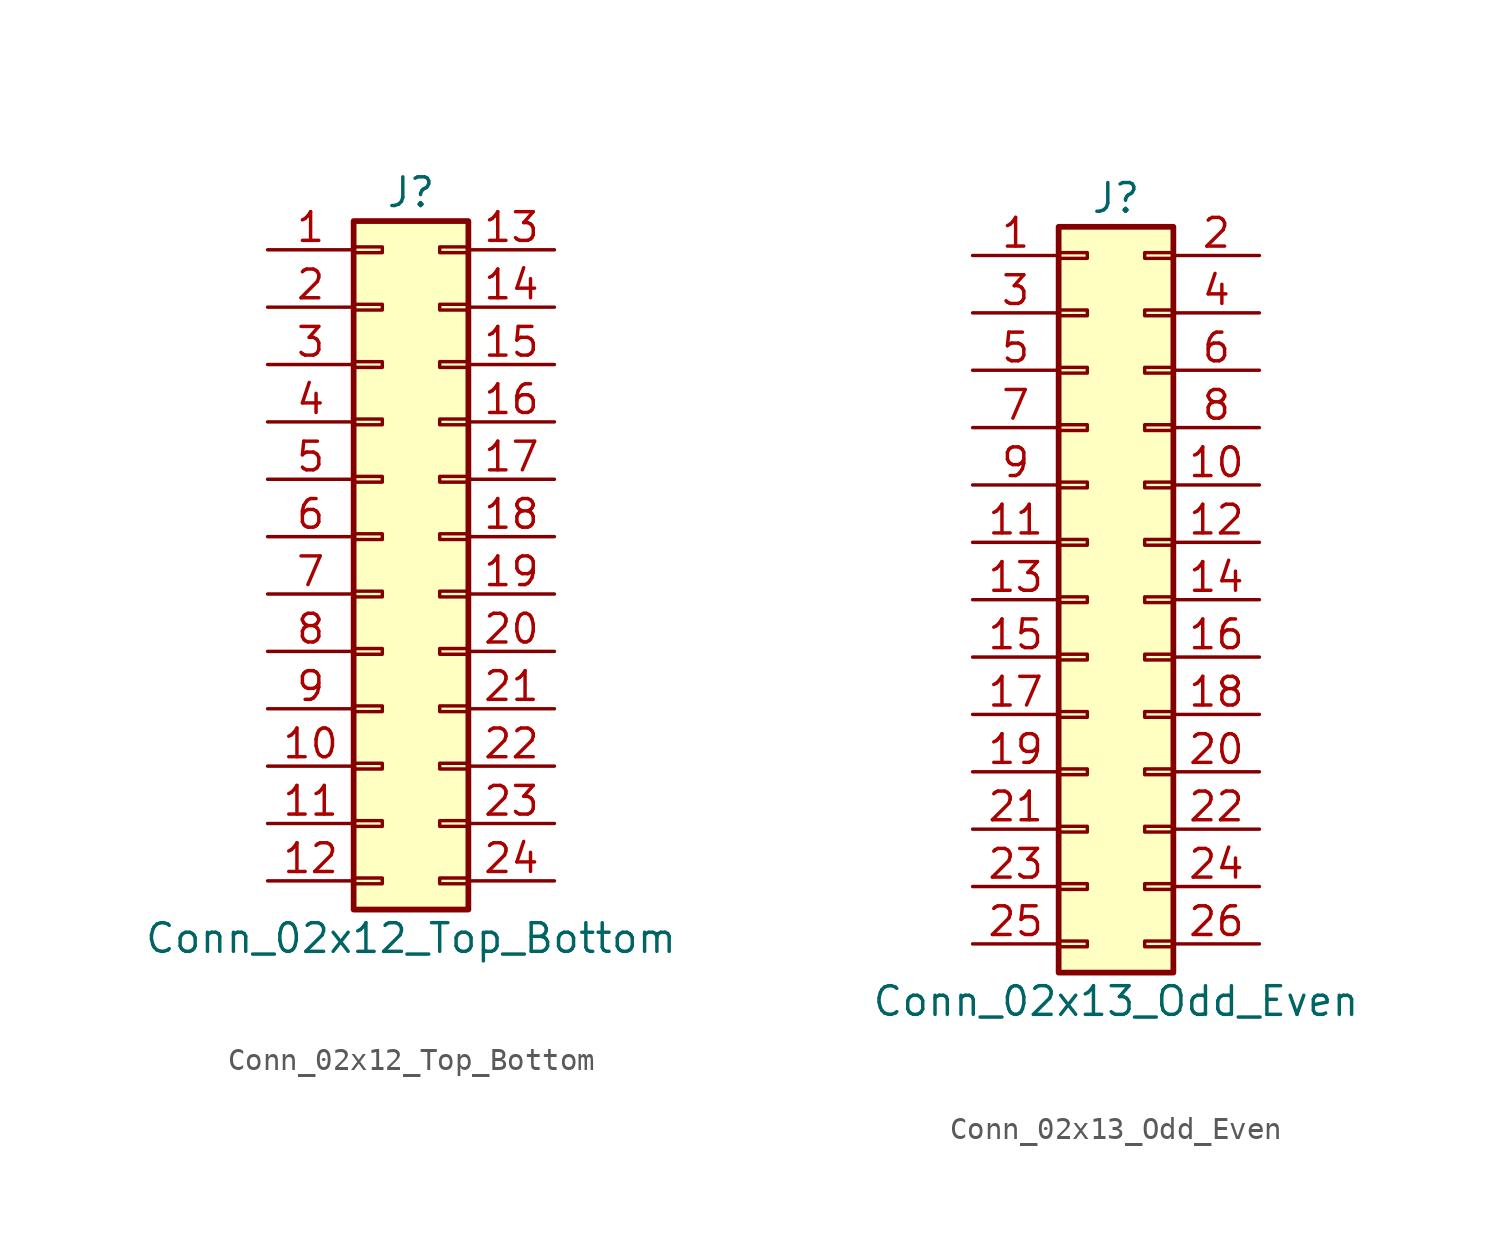
<source format=kicad_sym>
(kicad_symbol_lib
  (version 20201005)
  (generator kicad_symbol_editor)
  (symbol "Conn_02x12_Top_Bottom"
    (pin_names
      (offset 1.016) hide)
    (property "Reference" "J"
      (at 1.27 15.24 0)
      (effects (font (size 1.27 1.27))))
    (property "Value" "Conn_02x12_Top_Bottom"
      (at 1.27 -17.78 0)
      (effects (font (size 1.27 1.27))))
    (symbol "Conn_02x12_Top_Bottom_1_1"
      (rectangle (start -1.27 -15.113) (end 0 -15.367) (stroke (width 0.152)) (fill (type none)))
      (rectangle (start -1.27 -12.573) (end 0 -12.827) (stroke (width 0.152)) (fill (type none)))
      (rectangle (start -1.27 -10.033) (end 0 -10.287) (stroke (width 0.152)) (fill (type none)))
      (rectangle (start -1.27 -7.493) (end 0 -7.747) (stroke (width 0.152)) (fill (type none)))
      (rectangle (start -1.27 -4.953) (end 0 -5.207) (stroke (width 0.152)) (fill (type none)))
      (rectangle (start -1.27 -2.413) (end 0 -2.667) (stroke (width 0.152)) (fill (type none)))
      (rectangle (start -1.27 0.127) (end 0 -0.127) (stroke (width 0.152)) (fill (type none)))
      (rectangle (start -1.27 2.667) (end 0 2.413) (stroke (width 0.152)) (fill (type none)))
      (rectangle (start -1.27 5.207) (end 0 4.953) (stroke (width 0.152)) (fill (type none)))
      (rectangle (start -1.27 7.747) (end 0 7.493) (stroke (width 0.152)) (fill (type none)))
      (rectangle (start -1.27 10.287) (end 0 10.033) (stroke (width 0.152)) (fill (type none)))
      (rectangle (start -1.27 12.827) (end 0 12.573) (stroke (width 0.152)) (fill (type none)))
      (rectangle (start 3.81 -15.113) (end 2.54 -15.367) (stroke (width 0.152)) (fill (type none)))
      (rectangle (start 3.81 -12.573) (end 2.54 -12.827) (stroke (width 0.152)) (fill (type none)))
      (rectangle (start 3.81 -10.033) (end 2.54 -10.287) (stroke (width 0.152)) (fill (type none)))
      (rectangle (start 3.81 -7.493) (end 2.54 -7.747) (stroke (width 0.152)) (fill (type none)))
      (rectangle (start 3.81 -4.953) (end 2.54 -5.207) (stroke (width 0.152)) (fill (type none)))
      (rectangle (start 3.81 -2.413) (end 2.54 -2.667) (stroke (width 0.152)) (fill (type none)))
      (rectangle (start 3.81 0.127) (end 2.54 -0.127) (stroke (width 0.152)) (fill (type none)))
      (rectangle (start 3.81 2.667) (end 2.54 2.413) (stroke (width 0.152)) (fill (type none)))
      (rectangle (start 3.81 5.207) (end 2.54 4.953) (stroke (width 0.152)) (fill (type none)))
      (rectangle (start 3.81 7.747) (end 2.54 7.493) (stroke (width 0.152)) (fill (type none)))
      (rectangle (start 3.81 10.287) (end 2.54 10.033) (stroke (width 0.152)) (fill (type none)))
      (rectangle (start 3.81 12.827) (end 2.54 12.573) (stroke (width 0.152)) (fill (type none)))
      (rectangle (start -1.27 13.97) (end 3.81 -16.51) (stroke (width 0.254)) (fill (type background)))
      (pin passive line (at -5.08 12.7 0) (length 3.81) (name "Pin_1" (effects (font (size 1.27 1.27)))) (number "1" (effects (font (size 1.27 1.27)))))
      (pin passive line (at -5.08 -10.16 0) (length 3.81) (name "Pin_10" (effects (font (size 1.27 1.27)))) (number "10" (effects (font (size 1.27 1.27)))))
      (pin passive line (at -5.08 -12.7 0) (length 3.81) (name "Pin_11" (effects (font (size 1.27 1.27)))) (number "11" (effects (font (size 1.27 1.27)))))
      (pin passive line (at -5.08 -15.24 0) (length 3.81) (name "Pin_12" (effects (font (size 1.27 1.27)))) (number "12" (effects (font (size 1.27 1.27)))))
      (pin passive line (at 7.62 12.7 180) (length 3.81) (name "Pin_13" (effects (font (size 1.27 1.27)))) (number "13" (effects (font (size 1.27 1.27)))))
      (pin passive line (at 7.62 10.16 180) (length 3.81) (name "Pin_14" (effects (font (size 1.27 1.27)))) (number "14" (effects (font (size 1.27 1.27)))))
      (pin passive line (at 7.62 7.62 180) (length 3.81) (name "Pin_15" (effects (font (size 1.27 1.27)))) (number "15" (effects (font (size 1.27 1.27)))))
      (pin passive line (at 7.62 5.08 180) (length 3.81) (name "Pin_16" (effects (font (size 1.27 1.27)))) (number "16" (effects (font (size 1.27 1.27)))))
      (pin passive line (at 7.62 2.54 180) (length 3.81) (name "Pin_17" (effects (font (size 1.27 1.27)))) (number "17" (effects (font (size 1.27 1.27)))))
      (pin passive line (at 7.62 0 180) (length 3.81) (name "Pin_18" (effects (font (size 1.27 1.27)))) (number "18" (effects (font (size 1.27 1.27)))))
      (pin passive line (at 7.62 -2.54 180) (length 3.81) (name "Pin_19" (effects (font (size 1.27 1.27)))) (number "19" (effects (font (size 1.27 1.27)))))
      (pin passive line (at -5.08 10.16 0) (length 3.81) (name "Pin_2" (effects (font (size 1.27 1.27)))) (number "2" (effects (font (size 1.27 1.27)))))
      (pin passive line (at 7.62 -5.08 180) (length 3.81) (name "Pin_20" (effects (font (size 1.27 1.27)))) (number "20" (effects (font (size 1.27 1.27)))))
      (pin passive line (at 7.62 -7.62 180) (length 3.81) (name "Pin_21" (effects (font (size 1.27 1.27)))) (number "21" (effects (font (size 1.27 1.27)))))
      (pin passive line (at 7.62 -10.16 180) (length 3.81) (name "Pin_22" (effects (font (size 1.27 1.27)))) (number "22" (effects (font (size 1.27 1.27)))))
      (pin passive line (at 7.62 -12.7 180) (length 3.81) (name "Pin_23" (effects (font (size 1.27 1.27)))) (number "23" (effects (font (size 1.27 1.27)))))
      (pin passive line (at 7.62 -15.24 180) (length 3.81) (name "Pin_24" (effects (font (size 1.27 1.27)))) (number "24" (effects (font (size 1.27 1.27)))))
      (pin passive line (at -5.08 7.62 0) (length 3.81) (name "Pin_3" (effects (font (size 1.27 1.27)))) (number "3" (effects (font (size 1.27 1.27)))))
      (pin passive line (at -5.08 5.08 0) (length 3.81) (name "Pin_4" (effects (font (size 1.27 1.27)))) (number "4" (effects (font (size 1.27 1.27)))))
      (pin passive line (at -5.08 2.54 0) (length 3.81) (name "Pin_5" (effects (font (size 1.27 1.27)))) (number "5" (effects (font (size 1.27 1.27)))))
      (pin passive line (at -5.08 0 0) (length 3.81) (name "Pin_6" (effects (font (size 1.27 1.27)))) (number "6" (effects (font (size 1.27 1.27)))))
      (pin passive line (at -5.08 -2.54 0) (length 3.81) (name "Pin_7" (effects (font (size 1.27 1.27)))) (number "7" (effects (font (size 1.27 1.27)))))
      (pin passive line (at -5.08 -5.08 0) (length 3.81) (name "Pin_8" (effects (font (size 1.27 1.27)))) (number "8" (effects (font (size 1.27 1.27)))))
      (pin passive line (at -5.08 -7.62 0) (length 3.81) (name "Pin_9" (effects (font (size 1.27 1.27)))) (number "9" (effects (font (size 1.27 1.27)))))))
  (symbol "Conn_02x13_Odd_Even"
    (pin_names
      (offset 1.016) hide)
    (property "Reference" "J"
      (at 1.27 17.78 0)
      (effects (font (size 1.27 1.27))))
    (property "Value" "Conn_02x13_Odd_Even"
      (at 1.27 -17.78 0)
      (effects (font (size 1.27 1.27))))
    (symbol "Conn_02x13_Odd_Even_1_1"
      (rectangle (start -1.27 -15.113) (end 0 -15.367) (stroke (width 0.152)) (fill (type none)))
      (rectangle (start -1.27 -12.573) (end 0 -12.827) (stroke (width 0.152)) (fill (type none)))
      (rectangle (start -1.27 -10.033) (end 0 -10.287) (stroke (width 0.152)) (fill (type none)))
      (rectangle (start -1.27 -7.493) (end 0 -7.747) (stroke (width 0.152)) (fill (type none)))
      (rectangle (start -1.27 -4.953) (end 0 -5.207) (stroke (width 0.152)) (fill (type none)))
      (rectangle (start -1.27 -2.413) (end 0 -2.667) (stroke (width 0.152)) (fill (type none)))
      (rectangle (start -1.27 0.127) (end 0 -0.127) (stroke (width 0.152)) (fill (type none)))
      (rectangle (start -1.27 2.667) (end 0 2.413) (stroke (width 0.152)) (fill (type none)))
      (rectangle (start -1.27 5.207) (end 0 4.953) (stroke (width 0.152)) (fill (type none)))
      (rectangle (start -1.27 7.747) (end 0 7.493) (stroke (width 0.152)) (fill (type none)))
      (rectangle (start -1.27 10.287) (end 0 10.033) (stroke (width 0.152)) (fill (type none)))
      (rectangle (start -1.27 12.827) (end 0 12.573) (stroke (width 0.152)) (fill (type none)))
      (rectangle (start -1.27 15.367) (end 0 15.113) (stroke (width 0.152)) (fill (type none)))
      (rectangle (start 3.81 -15.113) (end 2.54 -15.367) (stroke (width 0.152)) (fill (type none)))
      (rectangle (start 3.81 -12.573) (end 2.54 -12.827) (stroke (width 0.152)) (fill (type none)))
      (rectangle (start 3.81 -10.033) (end 2.54 -10.287) (stroke (width 0.152)) (fill (type none)))
      (rectangle (start 3.81 -7.493) (end 2.54 -7.747) (stroke (width 0.152)) (fill (type none)))
      (rectangle (start 3.81 -4.953) (end 2.54 -5.207) (stroke (width 0.152)) (fill (type none)))
      (rectangle (start 3.81 -2.413) (end 2.54 -2.667) (stroke (width 0.152)) (fill (type none)))
      (rectangle (start 3.81 0.127) (end 2.54 -0.127) (stroke (width 0.152)) (fill (type none)))
      (rectangle (start 3.81 2.667) (end 2.54 2.413) (stroke (width 0.152)) (fill (type none)))
      (rectangle (start 3.81 5.207) (end 2.54 4.953) (stroke (width 0.152)) (fill (type none)))
      (rectangle (start 3.81 7.747) (end 2.54 7.493) (stroke (width 0.152)) (fill (type none)))
      (rectangle (start 3.81 10.287) (end 2.54 10.033) (stroke (width 0.152)) (fill (type none)))
      (rectangle (start 3.81 12.827) (end 2.54 12.573) (stroke (width 0.152)) (fill (type none)))
      (rectangle (start 3.81 15.367) (end 2.54 15.113) (stroke (width 0.152)) (fill (type none)))
      (rectangle (start -1.27 16.51) (end 3.81 -16.51) (stroke (width 0.254)) (fill (type background)))
      (pin passive line (at -5.08 15.24 0) (length 3.81) (name "Pin_1" (effects (font (size 1.27 1.27)))) (number "1" (effects (font (size 1.27 1.27)))))
      (pin passive line (at 7.62 5.08 180) (length 3.81) (name "Pin_10" (effects (font (size 1.27 1.27)))) (number "10" (effects (font (size 1.27 1.27)))))
      (pin passive line (at -5.08 2.54 0) (length 3.81) (name "Pin_11" (effects (font (size 1.27 1.27)))) (number "11" (effects (font (size 1.27 1.27)))))
      (pin passive line (at 7.62 2.54 180) (length 3.81) (name "Pin_12" (effects (font (size 1.27 1.27)))) (number "12" (effects (font (size 1.27 1.27)))))
      (pin passive line (at -5.08 0 0) (length 3.81) (name "Pin_13" (effects (font (size 1.27 1.27)))) (number "13" (effects (font (size 1.27 1.27)))))
      (pin passive line (at 7.62 0 180) (length 3.81) (name "Pin_14" (effects (font (size 1.27 1.27)))) (number "14" (effects (font (size 1.27 1.27)))))
      (pin passive line (at -5.08 -2.54 0) (length 3.81) (name "Pin_15" (effects (font (size 1.27 1.27)))) (number "15" (effects (font (size 1.27 1.27)))))
      (pin passive line (at 7.62 -2.54 180) (length 3.81) (name "Pin_16" (effects (font (size 1.27 1.27)))) (number "16" (effects (font (size 1.27 1.27)))))
      (pin passive line (at -5.08 -5.08 0) (length 3.81) (name "Pin_17" (effects (font (size 1.27 1.27)))) (number "17" (effects (font (size 1.27 1.27)))))
      (pin passive line (at 7.62 -5.08 180) (length 3.81) (name "Pin_18" (effects (font (size 1.27 1.27)))) (number "18" (effects (font (size 1.27 1.27)))))
      (pin passive line (at -5.08 -7.62 0) (length 3.81) (name "Pin_19" (effects (font (size 1.27 1.27)))) (number "19" (effects (font (size 1.27 1.27)))))
      (pin passive line (at 7.62 15.24 180) (length 3.81) (name "Pin_2" (effects (font (size 1.27 1.27)))) (number "2" (effects (font (size 1.27 1.27)))))
      (pin passive line (at 7.62 -7.62 180) (length 3.81) (name "Pin_20" (effects (font (size 1.27 1.27)))) (number "20" (effects (font (size 1.27 1.27)))))
      (pin passive line (at -5.08 -10.16 0) (length 3.81) (name "Pin_21" (effects (font (size 1.27 1.27)))) (number "21" (effects (font (size 1.27 1.27)))))
      (pin passive line (at 7.62 -10.16 180) (length 3.81) (name "Pin_22" (effects (font (size 1.27 1.27)))) (number "22" (effects (font (size 1.27 1.27)))))
      (pin passive line (at -5.08 -12.7 0) (length 3.81) (name "Pin_23" (effects (font (size 1.27 1.27)))) (number "23" (effects (font (size 1.27 1.27)))))
      (pin passive line (at 7.62 -12.7 180) (length 3.81) (name "Pin_24" (effects (font (size 1.27 1.27)))) (number "24" (effects (font (size 1.27 1.27)))))
      (pin passive line (at -5.08 -15.24 0) (length 3.81) (name "Pin_25" (effects (font (size 1.27 1.27)))) (number "25" (effects (font (size 1.27 1.27)))))
      (pin passive line (at 7.62 -15.24 180) (length 3.81) (name "Pin_26" (effects (font (size 1.27 1.27)))) (number "26" (effects (font (size 1.27 1.27)))))
      (pin passive line (at -5.08 12.7 0) (length 3.81) (name "Pin_3" (effects (font (size 1.27 1.27)))) (number "3" (effects (font (size 1.27 1.27)))))
      (pin passive line (at 7.62 12.7 180) (length 3.81) (name "Pin_4" (effects (font (size 1.27 1.27)))) (number "4" (effects (font (size 1.27 1.27)))))
      (pin passive line (at -5.08 10.16 0) (length 3.81) (name "Pin_5" (effects (font (size 1.27 1.27)))) (number "5" (effects (font (size 1.27 1.27)))))
      (pin passive line (at 7.62 10.16 180) (length 3.81) (name "Pin_6" (effects (font (size 1.27 1.27)))) (number "6" (effects (font (size 1.27 1.27)))))
      (pin passive line (at -5.08 7.62 0) (length 3.81) (name "Pin_7" (effects (font (size 1.27 1.27)))) (number "7" (effects (font (size 1.27 1.27)))))
      (pin passive line (at 7.62 7.62 180) (length 3.81) (name "Pin_8" (effects (font (size 1.27 1.27)))) (number "8" (effects (font (size 1.27 1.27)))))
      (pin passive line (at -5.08 5.08 0) (length 3.81) (name "Pin_9" (effects (font (size 1.27 1.27)))) (number "9" (effects (font (size 1.27 1.27))))))))
</source>
